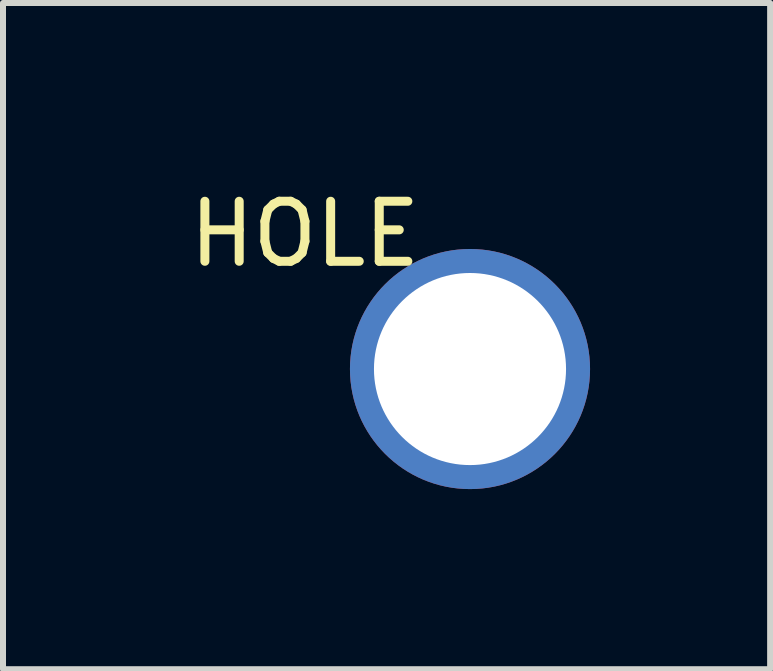
<source format=kicad_pcb>
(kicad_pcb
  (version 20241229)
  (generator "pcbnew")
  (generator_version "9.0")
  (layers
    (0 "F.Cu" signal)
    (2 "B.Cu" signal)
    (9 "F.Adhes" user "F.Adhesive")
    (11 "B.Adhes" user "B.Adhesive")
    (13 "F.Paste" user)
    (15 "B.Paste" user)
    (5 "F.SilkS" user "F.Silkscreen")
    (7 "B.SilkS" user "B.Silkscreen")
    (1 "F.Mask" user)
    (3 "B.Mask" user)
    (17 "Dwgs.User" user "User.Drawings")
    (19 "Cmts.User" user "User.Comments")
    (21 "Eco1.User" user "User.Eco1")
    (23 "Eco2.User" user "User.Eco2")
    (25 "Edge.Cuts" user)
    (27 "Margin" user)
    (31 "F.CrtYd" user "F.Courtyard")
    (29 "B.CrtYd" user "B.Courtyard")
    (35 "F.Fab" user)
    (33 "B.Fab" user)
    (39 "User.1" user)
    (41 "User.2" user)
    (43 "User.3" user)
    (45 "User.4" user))
  (footprint "HOLE"
    (layer "F.Cu")
    (at 4.78 3.098)
    (property "Reference" "HOLE" (at -2.75 -2.25 0) (layer "F.SilkS") (effects (font (size 1 1) (thickness 0.15))))
    (attr through_hole)
    (pad "1" thru_hole circle (at 0 0) (size 4 4) (drill 3.2) (layers "*.Cu" "*.Mask")))
  (gr_rect
    (start -3 -3)
    (end 9.78 8.098)
    (stroke (width 0.1) (type default))
    (fill no)
    (layer "Edge.Cuts")))
</source>
